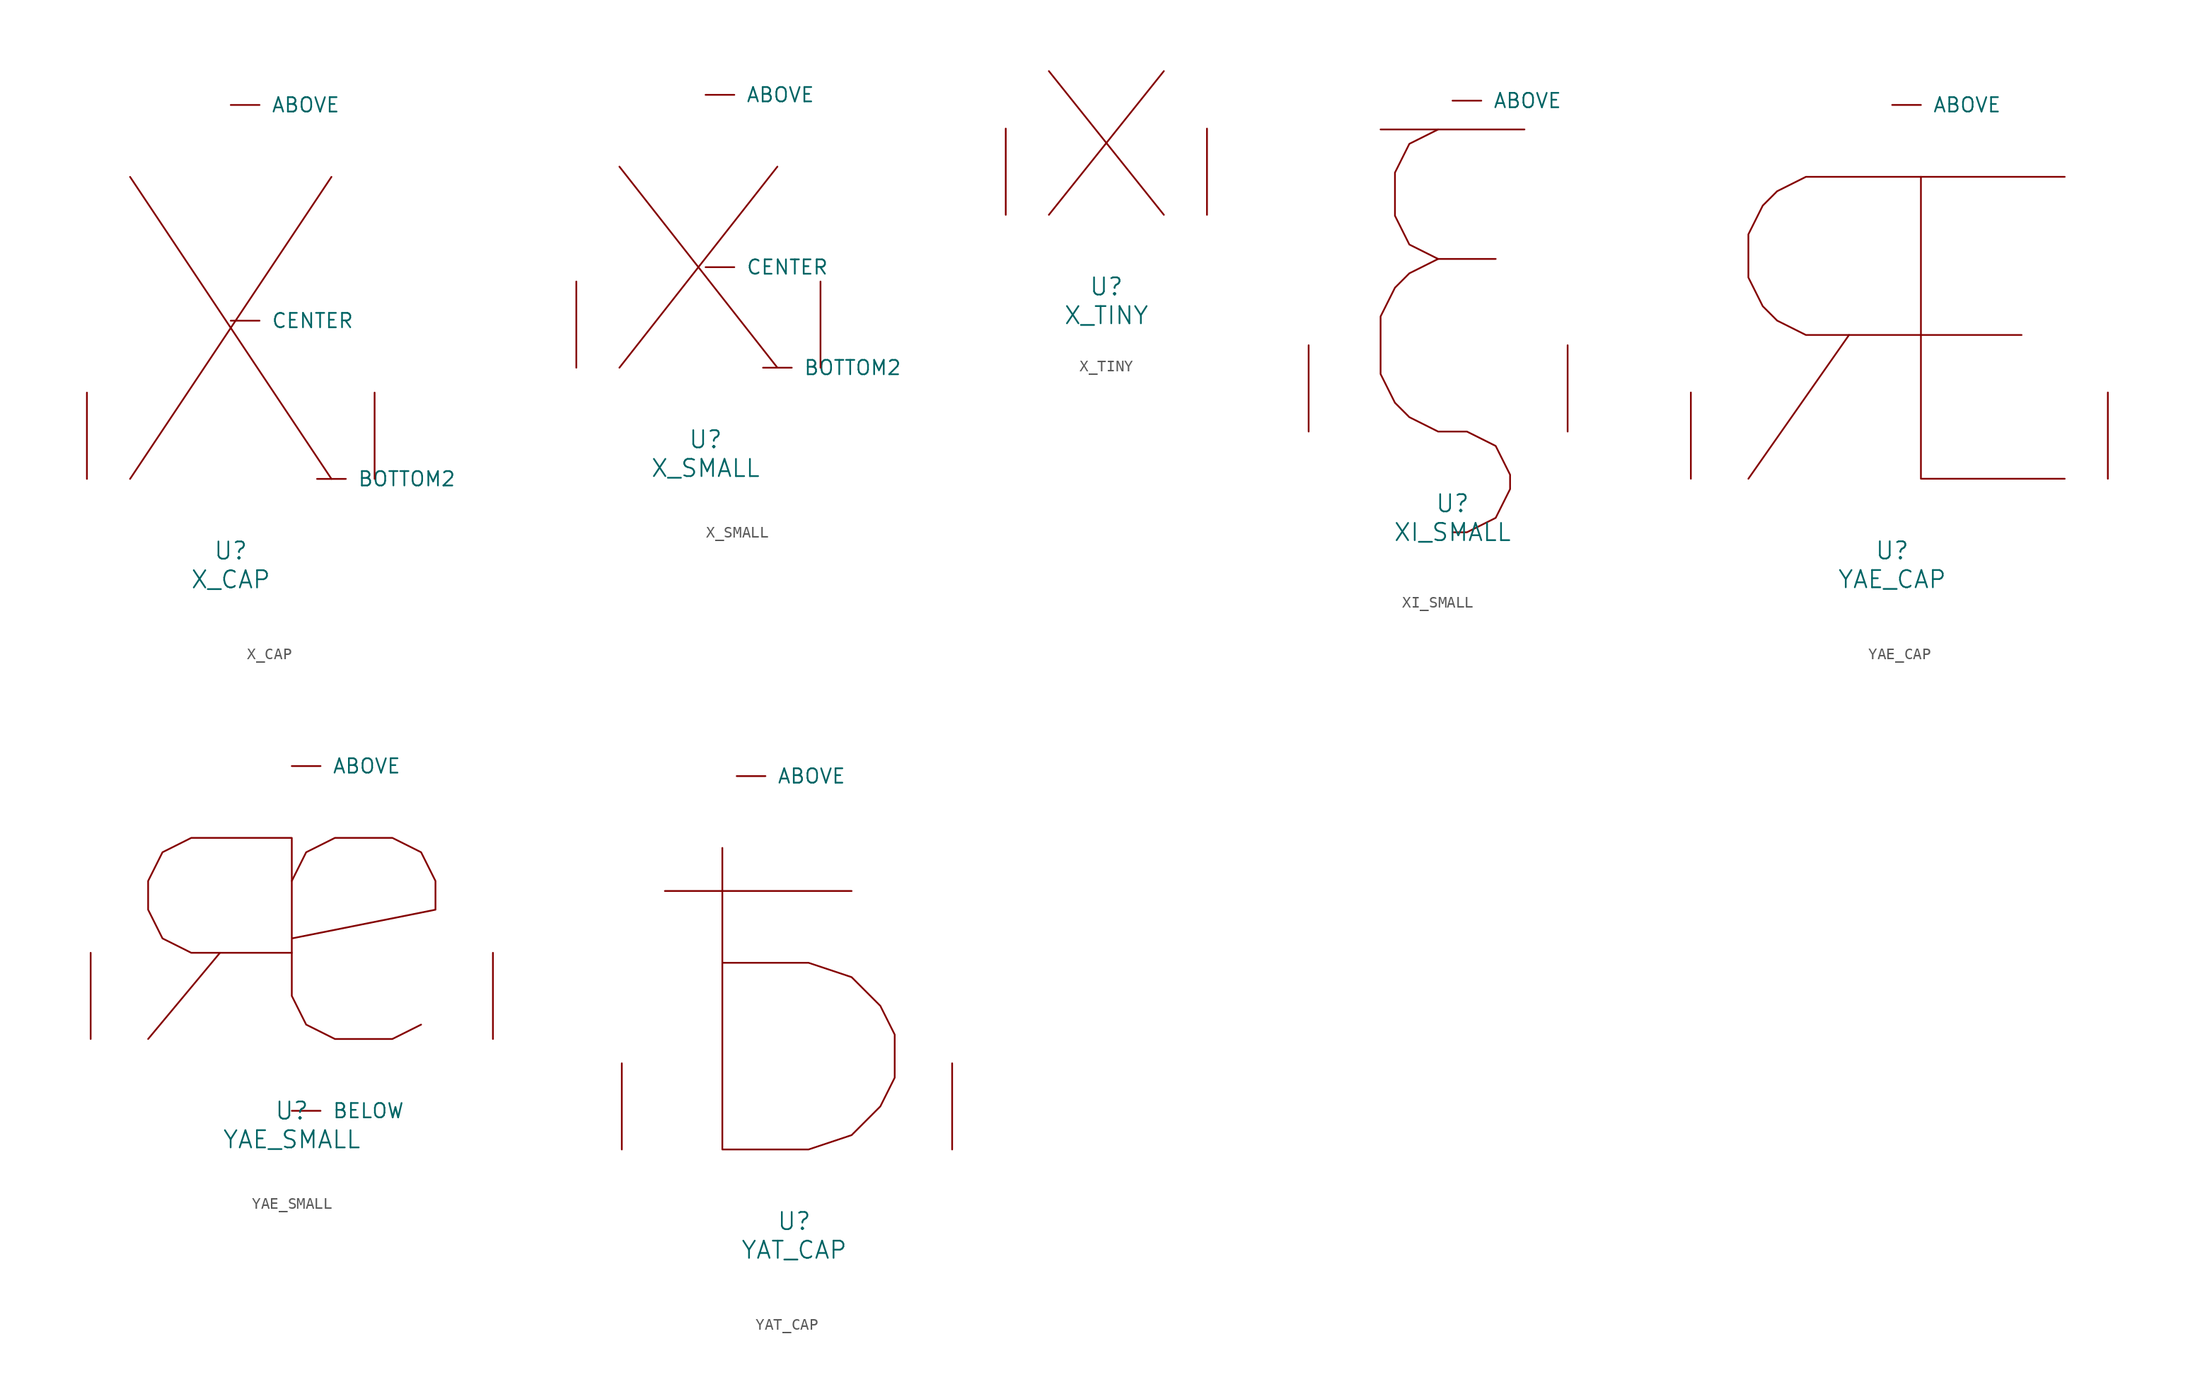
<source format=kicad_sym>
(kicad_symbol_lib
  (version 20220914)
  (generator font_lib2sym)
  (symbol "X_CAP"
    (pin_names
      (offset 1.016))
    (property "Reference" "U"
      (at 0 -6.35 0)
      (effects (font (size 1.524 1.524))))
    (property "Value" "X_CAP"
      (at 0 -8.89 0)
      (effects (font (size 1.524 1.524))))
    (symbol "X_CAP_0_1"
      (polyline (pts (xy -8.89 26.67) (xy 8.89 0)) (stroke (width 0) (type solid)) (fill (type none)))
      (polyline (pts (xy 8.89 26.67) (xy -8.89 0)) (stroke (width 0) (type solid)) (fill (type none)))
      (pin input line (at 0 33.02 0) (length 2.54) (name "ABOVE" (effects (font (size 1.27 1.27)))) (number "~" (effects (font (size 1.27 1.27)))))
      (pin input line (at 7.62 0 0) (length 2.54) (name "BOTTOM2" (effects (font (size 1.27 1.27)))) (number "~" (effects (font (size 1.27 1.27)))))
      (pin input line (at 0 13.97 0) (length 2.54) (name "CENTER" (effects (font (size 1.27 1.27)))) (number "~" (effects (font (size 1.27 1.27)))))
      (pin input line (at -12.7 0 90) (length 7.62) (name "~" (effects (font (size 1.27 1.27)))) (number "~" (effects (font (size 1.27 1.27)))))
      (pin input line (at 12.7 0 90) (length 7.62) (name "~" (effects (font (size 1.27 1.27)))) (number "~" (effects (font (size 1.27 1.27)))))))
  (symbol "X_SMALL"
    (pin_names
      (offset 1.016))
    (property "Reference" "U"
      (at 0 -6.35 0)
      (effects (font (size 1.524 1.524))))
    (property "Value" "X_SMALL"
      (at 0 -8.89 0)
      (effects (font (size 1.524 1.524))))
    (symbol "X_SMALL_0_1"
      (polyline (pts (xy -7.62 0) (xy 6.35 17.78)) (stroke (width 0) (type solid)) (fill (type none)))
      (polyline (pts (xy -7.62 17.78) (xy 6.35 0)) (stroke (width 0) (type solid)) (fill (type none)))
      (pin input line (at 0 24.13 0) (length 2.54) (name "ABOVE" (effects (font (size 1.27 1.27)))) (number "~" (effects (font (size 1.27 1.27)))))
      (pin input line (at 5.08 0 0) (length 2.54) (name "BOTTOM2" (effects (font (size 1.27 1.27)))) (number "~" (effects (font (size 1.27 1.27)))))
      (pin input line (at 0 8.89 0) (length 2.54) (name "CENTER" (effects (font (size 1.27 1.27)))) (number "~" (effects (font (size 1.27 1.27)))))
      (pin input line (at -11.43 0 90) (length 7.62) (name "~" (effects (font (size 1.27 1.27)))) (number "~" (effects (font (size 1.27 1.27)))))
      (pin input line (at 10.16 0 90) (length 7.62) (name "~" (effects (font (size 1.27 1.27)))) (number "~" (effects (font (size 1.27 1.27)))))))
  (symbol "X_TINY"
    (pin_names
      (offset 1.016))
    (property "Reference" "U"
      (at 0 -6.35 0)
      (effects (font (size 1.524 1.524))))
    (property "Value" "X_TINY"
      (at 0 -8.89 0)
      (effects (font (size 1.524 1.524))))
    (symbol "X_TINY_0_1"
      (polyline (pts (xy -5.08 12.7) (xy 5.08 0)) (stroke (width 0) (type solid)) (fill (type none)))
      (polyline (pts (xy 5.08 12.7) (xy -5.08 0)) (stroke (width 0) (type solid)) (fill (type none)))
      (pin input line (at -8.89 0 90) (length 7.62) (name "~" (effects (font (size 1.27 1.27)))) (number "~" (effects (font (size 1.27 1.27)))))
      (pin input line (at 8.89 0 90) (length 7.62) (name "~" (effects (font (size 1.27 1.27)))) (number "~" (effects (font (size 1.27 1.27)))))))
  (symbol "XI_SMALL"
    (pin_names
      (offset 1.016))
    (property "Reference" "U"
      (at 0 -6.35 0)
      (effects (font (size 1.524 1.524))))
    (property "Value" "XI_SMALL"
      (at 0 -8.89 0)
      (effects (font (size 1.524 1.524))))
    (symbol "XI_SMALL_0_1"
      (polyline (pts (xy -6.35 26.67) (xy 6.35 26.67)) (stroke (width 0) (type solid)) (fill (type none)))
      (polyline (pts (xy -1.27 26.67) (xy -3.81 25.4) (xy -5.08 22.86) (xy -5.08 19.05) (xy -3.81 16.51) (xy -1.27 15.24) (xy 3.81 15.24)) (stroke (width 0) (type solid)) (fill (type none)))
      (polyline (pts (xy -1.27 15.24) (xy -3.81 13.97) (xy -5.08 12.7) (xy -6.35 10.16) (xy -6.35 5.08) (xy -5.08 2.54) (xy -3.81 1.27) (xy -1.27 0) (xy 1.27 0) (xy 3.81 -1.27) (xy 5.08 -3.81) (xy 5.08 -5.08) (xy 3.81 -7.62) (xy 1.27 -8.89) (xy 0 -8.89)) (stroke (width 0) (type solid)) (fill (type none)))
      (pin input line (at 0 29.21 0) (length 2.54) (name "ABOVE" (effects (font (size 1.27 1.27)))) (number "~" (effects (font (size 1.27 1.27)))))
      (pin input line (at -12.7 0 90) (length 7.62) (name "~" (effects (font (size 1.27 1.27)))) (number "~" (effects (font (size 1.27 1.27)))))
      (pin input line (at 10.16 0 90) (length 7.62) (name "~" (effects (font (size 1.27 1.27)))) (number "~" (effects (font (size 1.27 1.27)))))))
  (symbol "YAE_CAP"
    (pin_names
      (offset 1.016))
    (property "Reference" "U"
      (at 0 -6.35 0)
      (effects (font (size 1.524 1.524))))
    (property "Value" "YAE_CAP"
      (at 0 -8.89 0)
      (effects (font (size 1.524 1.524))))
    (symbol "YAE_CAP_0_1"
      (polyline (pts (xy -3.81 12.7) (xy -12.7 0)) (stroke (width 0) (type solid)) (fill (type none)))
      (polyline (pts (xy 2.54 26.67) (xy 2.54 0) (xy 15.24 0)) (stroke (width 0) (type solid)) (fill (type none)))
      (polyline (pts (xy 11.43 12.7) (xy -7.62 12.7) (xy -10.16 13.97) (xy -11.43 15.24) (xy -12.7 17.78) (xy -12.7 21.59) (xy -11.43 24.13) (xy -10.16 25.4) (xy -7.62 26.67) (xy 15.24 26.67)) (stroke (width 0) (type solid)) (fill (type none)))
      (pin input line (at 0 33.02 0) (length 2.54) (name "ABOVE" (effects (font (size 1.27 1.27)))) (number "~" (effects (font (size 1.27 1.27)))))
      (pin input line (at -17.78 0 90) (length 7.62) (name "~" (effects (font (size 1.27 1.27)))) (number "~" (effects (font (size 1.27 1.27)))))
      (pin input line (at 19.05 0 90) (length 7.62) (name "~" (effects (font (size 1.27 1.27)))) (number "~" (effects (font (size 1.27 1.27)))))))
  (symbol "YAE_SMALL"
    (pin_names
      (offset 1.016))
    (property "Reference" "U"
      (at 0 -6.35 0)
      (effects (font (size 1.524 1.524))))
    (property "Value" "YAE_SMALL"
      (at 0 -8.89 0)
      (effects (font (size 1.524 1.524))))
    (symbol "YAE_SMALL_0_1"
      (polyline (pts (xy -12.7 0) (xy -6.35 7.62)) (stroke (width 0) (type solid)) (fill (type none)))
      (polyline (pts (xy 0 13.97) (xy 0 17.78) (xy -8.89 17.78) (xy -11.43 16.51) (xy -12.7 13.97) (xy -12.7 11.43) (xy -11.43 8.89) (xy -8.89 7.62) (xy 0 7.62)) (stroke (width 0) (type solid)) (fill (type none)))
      (polyline (pts (xy 11.43 1.27) (xy 8.89 0) (xy 3.81 0) (xy 1.27 1.27) (xy 0 3.81) (xy 0 13.97) (xy 1.27 16.51) (xy 3.81 17.78) (xy 8.89 17.78) (xy 11.43 16.51) (xy 12.7 13.97) (xy 12.7 11.43) (xy 0 8.89)) (stroke (width 0) (type solid)) (fill (type none)))
      (pin input line (at 0 24.13 0) (length 2.54) (name "ABOVE" (effects (font (size 1.27 1.27)))) (number "~" (effects (font (size 1.27 1.27)))))
      (pin input line (at 0 -6.35 0) (length 2.54) (name "BELOW" (effects (font (size 1.27 1.27)))) (number "~" (effects (font (size 1.27 1.27)))))
      (pin input line (at -17.78 0 90) (length 7.62) (name "~" (effects (font (size 1.27 1.27)))) (number "~" (effects (font (size 1.27 1.27)))))
      (pin input line (at 17.78 0 90) (length 7.62) (name "~" (effects (font (size 1.27 1.27)))) (number "~" (effects (font (size 1.27 1.27)))))))
  (symbol "YAT_CAP"
    (pin_names
      (offset 1.016))
    (property "Reference" "U"
      (at 0 -6.35 0)
      (effects (font (size 1.524 1.524))))
    (property "Value" "YAT_CAP"
      (at 0 -8.89 0)
      (effects (font (size 1.524 1.524))))
    (symbol "YAT_CAP_0_1"
      (polyline (pts (xy -11.43 22.86) (xy 5.08 22.86)) (stroke (width 0) (type solid)) (fill (type none)))
      (polyline (pts (xy -6.35 26.67) (xy -6.35 0) (xy 1.27 0) (xy 5.08 1.27) (xy 7.62 3.81) (xy 8.89 6.35) (xy 8.89 10.16) (xy 7.62 12.7) (xy 5.08 15.24) (xy 1.27 16.51) (xy -6.35 16.51)) (stroke (width 0) (type solid)) (fill (type none)))
      (pin input line (at -5.08 33.02 0) (length 2.54) (name "ABOVE" (effects (font (size 1.27 1.27)))) (number "~" (effects (font (size 1.27 1.27)))))
      (pin input line (at -15.24 0 90) (length 7.62) (name "~" (effects (font (size 1.27 1.27)))) (number "~" (effects (font (size 1.27 1.27)))))
      (pin input line (at 13.97 0 90) (length 7.62) (name "~" (effects (font (size 1.27 1.27)))) (number "~" (effects (font (size 1.27 1.27))))))))
</source>
